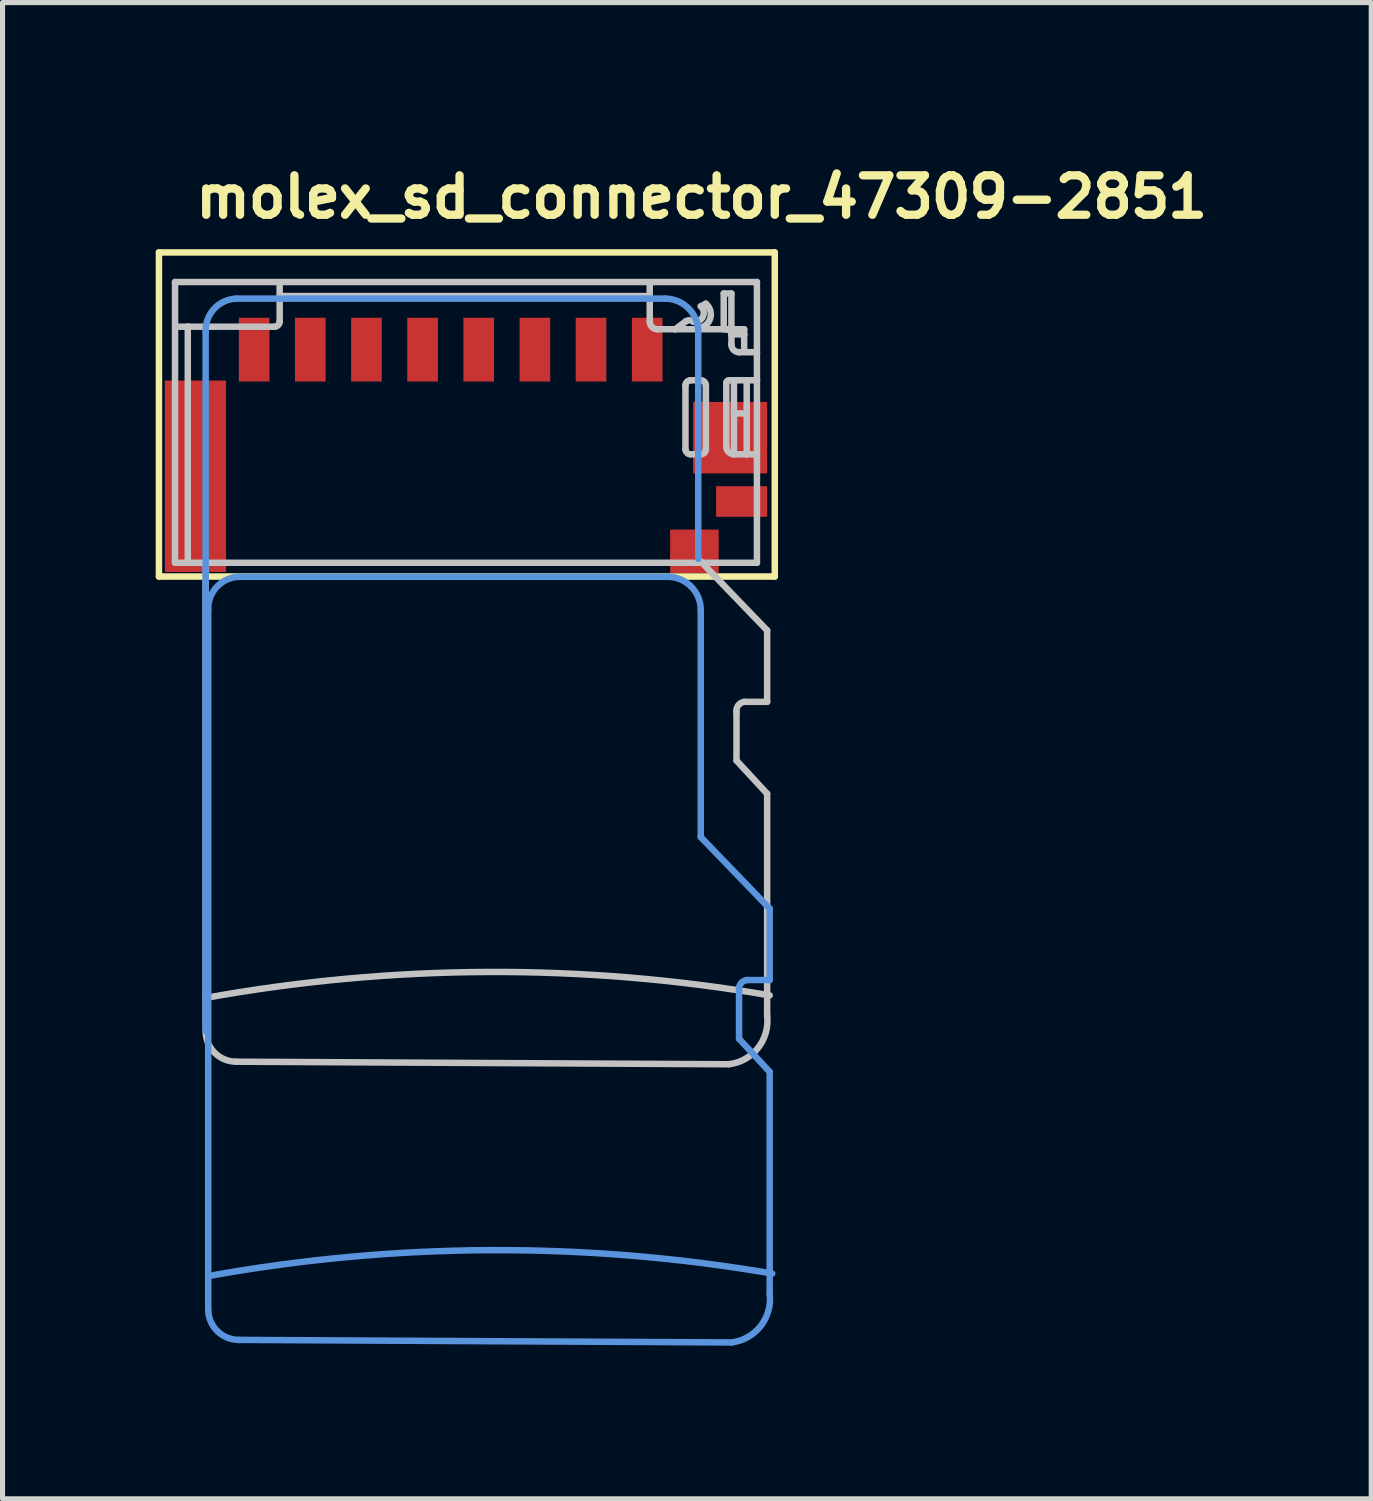
<source format=kicad_pcb>
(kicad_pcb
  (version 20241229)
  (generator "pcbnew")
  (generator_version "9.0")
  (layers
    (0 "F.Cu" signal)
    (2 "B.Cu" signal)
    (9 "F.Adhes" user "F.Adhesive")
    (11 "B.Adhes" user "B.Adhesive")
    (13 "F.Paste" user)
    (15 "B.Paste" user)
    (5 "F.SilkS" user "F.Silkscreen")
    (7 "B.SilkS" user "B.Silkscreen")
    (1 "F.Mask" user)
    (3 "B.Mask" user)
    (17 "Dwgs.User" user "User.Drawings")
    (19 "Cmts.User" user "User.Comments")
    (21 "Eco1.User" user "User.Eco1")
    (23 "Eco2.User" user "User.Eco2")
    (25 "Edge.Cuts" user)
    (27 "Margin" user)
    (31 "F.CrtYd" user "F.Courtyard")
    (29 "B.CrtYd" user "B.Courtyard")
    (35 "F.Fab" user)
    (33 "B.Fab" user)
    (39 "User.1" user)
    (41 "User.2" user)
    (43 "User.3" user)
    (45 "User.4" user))
  (footprint "molex_sd_connector_47309-2851"
    (layer "F.Cu")
    (at 5.779 3.8)
    (property "Reference" "molex_sd_connector_47309-2851" (at -5.08 -2.54 0) (layer "F.SilkS") (effects (font (size 0.772 0.772) (thickness 0.163)) (justify left bottom)))
    (attr through_hole)
    (fp_line (start -5.715 -1.905) (end 6.35 -1.905) (stroke (width 0.127) (type solid)) (layer "F.SilkS"))
    (fp_line (start -5.715 4.445) (end -5.715 -1.905) (stroke (width 0.127) (type solid)) (layer "F.SilkS"))
    (fp_line (start 6.35 -1.905) (end 6.35 4.445) (stroke (width 0.127) (type solid)) (layer "F.SilkS"))
    (fp_line (start 6.35 4.445) (end -5.715 4.445) (stroke (width 0.127) (type solid)) (layer "F.SilkS"))
    (fp_line (start -5.4 -1.325) (end 6 -1.325) (stroke (width 0.127) (type solid)) (layer "Dwgs.User"))
    (fp_line (start -5.4 4.175) (end -5.4 -1.325) (stroke (width 0.127) (type solid)) (layer "Dwgs.User"))
    (fp_line (start -5.15 -0.45) (end -5.35 -0.45) (stroke (width 0.127) (type solid)) (layer "Dwgs.User"))
    (fp_line (start -5.15 -0.45) (end -5.15 4.15) (stroke (width 0.127) (type solid)) (layer "Dwgs.User"))
    (fp_line (start -4.8 13.3) (end -4.8 4.15) (stroke (width 0.127) (type solid)) (layer "Dwgs.User"))
    (fp_line (start -4.2 13.95) (end 5.45 14) (stroke (width 0.127) (type solid)) (layer "Dwgs.User"))
    (fp_line (start -3.45 -0.45) (end -5.15 -0.45) (stroke (width 0.127) (type solid)) (layer "Dwgs.User"))
    (fp_line (start -3.35 -1.3) (end -3.35 -1.05) (stroke (width 0.127) (type solid)) (layer "Dwgs.User"))
    (fp_line (start -3.35 -1.05) (end -3.35 -0.55) (stroke (width 0.127) (type solid)) (layer "Dwgs.User"))
    (fp_line (start 3.9 -1.3) (end 3.9 -1.05) (stroke (width 0.127) (type solid)) (layer "Dwgs.User"))
    (fp_line (start 3.9 -1.05) (end -3.35 -1.05) (stroke (width 0.127) (type solid)) (layer "Dwgs.User"))
    (fp_line (start 3.9 -1.05) (end 3.9 -0.55) (stroke (width 0.127) (type solid)) (layer "Dwgs.User"))
    (fp_line (start 4.05 -0.4) (end 4.4 -0.4) (stroke (width 0.127) (type solid)) (layer "Dwgs.User"))
    (fp_line (start 4.4 -0.4) (end 4.6 -0.55) (stroke (width 0.127) (type solid)) (layer "Dwgs.User"))
    (fp_line (start 4.4 -0.4) (end 4.85 -0.4) (stroke (width 0.127) (type solid)) (layer "Dwgs.User"))
    (fp_line (start 4.6 0.7) (end 4.6 1.95) (stroke (width 0.127) (type solid)) (layer "Dwgs.User"))
    (fp_line (start 4.7 2.05) (end 4.9 2.05) (stroke (width 0.127) (type solid)) (layer "Dwgs.User"))
    (fp_line (start 4.85 -0.4) (end 4.95 -0.45) (stroke (width 0.127) (type solid)) (layer "Dwgs.User"))
    (fp_line (start 4.85 -0.4) (end 5.35 -0.4) (stroke (width 0.127) (type solid)) (layer "Dwgs.User"))
    (fp_line (start 4.9 -0.85) (end 5 -0.9) (stroke (width 0.127) (type solid)) (layer "Dwgs.User"))
    (fp_line (start 4.9 0.6) (end 4.7 0.6) (stroke (width 0.127) (type solid)) (layer "Dwgs.User"))
    (fp_line (start 5 1.95) (end 5 0.7) (stroke (width 0.127) (type solid)) (layer "Dwgs.User"))
    (fp_line (start 5.35 -1.1) (end 5.5 -1.1) (stroke (width 0.127) (type solid)) (layer "Dwgs.User"))
    (fp_line (start 5.35 -0.4) (end 5.35 -1.1) (stroke (width 0.127) (type solid)) (layer "Dwgs.User"))
    (fp_line (start 5.35 -0.4) (end 5.4 -0.4) (stroke (width 0.127) (type solid)) (layer "Dwgs.User"))
    (fp_line (start 5.4 -0.4) (end 5.75 -0.4) (stroke (width 0.127) (type solid)) (layer "Dwgs.User"))
    (fp_line (start 5.4 0.65) (end 5.4 1.9) (stroke (width 0.127) (type solid)) (layer "Dwgs.User"))
    (fp_line (start 5.5 -1.1) (end 5.5 -0.45) (stroke (width 0.127) (type solid)) (layer "Dwgs.User"))
    (fp_line (start 5.5 -0.3) (end 5.5 -0.1) (stroke (width 0.127) (type solid)) (layer "Dwgs.User"))
    (fp_line (start 5.55 0.6) (end 5.45 0.6) (stroke (width 0.127) (type solid)) (layer "Dwgs.User"))
    (fp_line (start 5.55 0.6) (end 5.55 1.25) (stroke (width 0.127) (type solid)) (layer "Dwgs.User"))
    (fp_line (start 5.55 1.25) (end 5.55 2.05) (stroke (width 0.127) (type solid)) (layer "Dwgs.User"))
    (fp_line (start 5.55 2.05) (end 5.8 2.05) (stroke (width 0.127) (type solid)) (layer "Dwgs.User"))
    (fp_line (start 5.6 8.05) (end 5.6 7.1) (stroke (width 0.127) (type solid)) (layer "Dwgs.User"))
    (fp_line (start 5.65 0.05) (end 6 0.05) (stroke (width 0.127) (type solid)) (layer "Dwgs.User"))
    (fp_line (start 5.75 -0.4) (end 5.75 -0.3) (stroke (width 0.127) (type solid)) (layer "Dwgs.User"))
    (fp_line (start 5.75 -0.3) (end 5.5 -0.3) (stroke (width 0.127) (type solid)) (layer "Dwgs.User"))
    (fp_line (start 5.75 -0.3) (end 5.75 0) (stroke (width 0.127) (type solid)) (layer "Dwgs.User"))
    (fp_line (start 5.8 0.6) (end 5.55 0.6) (stroke (width 0.127) (type solid)) (layer "Dwgs.User"))
    (fp_line (start 5.8 0.6) (end 5.8 1.25) (stroke (width 0.127) (type solid)) (layer "Dwgs.User"))
    (fp_line (start 5.8 1.25) (end 5.55 1.25) (stroke (width 0.127) (type solid)) (layer "Dwgs.User"))
    (fp_line (start 5.8 1.25) (end 5.8 2.05) (stroke (width 0.127) (type solid)) (layer "Dwgs.User"))
    (fp_line (start 5.8 2.05) (end 6 2.05) (stroke (width 0.127) (type solid)) (layer "Dwgs.User"))
    (fp_line (start 6 -1.325) (end 6 0.05) (stroke (width 0.127) (type solid)) (layer "Dwgs.User"))
    (fp_line (start 6 0.05) (end 6 0.6) (stroke (width 0.127) (type solid)) (layer "Dwgs.User"))
    (fp_line (start 6 0.6) (end 5.8 0.6) (stroke (width 0.127) (type solid)) (layer "Dwgs.User"))
    (fp_line (start 6 0.6) (end 6 2.05) (stroke (width 0.127) (type solid)) (layer "Dwgs.User"))
    (fp_line (start 6 2.05) (end 6 4.175) (stroke (width 0.127) (type solid)) (layer "Dwgs.User"))
    (fp_line (start 6 4.175) (end -5.4 4.175) (stroke (width 0.127) (type solid)) (layer "Dwgs.User"))
    (fp_line (start 6.2 5.5) (end 4.9 4.15) (stroke (width 0.127) (type solid)) (layer "Dwgs.User"))
    (fp_line (start 6.2 6.9) (end 5.75 6.9) (stroke (width 0.127) (type solid)) (layer "Dwgs.User"))
    (fp_line (start 6.2 6.9) (end 6.2 5.5) (stroke (width 0.127) (type solid)) (layer "Dwgs.User"))
    (fp_line (start 6.2 8.7) (end 5.6 8.05) (stroke (width 0.127) (type solid)) (layer "Dwgs.User"))
    (fp_line (start 6.2 13.05) (end 6.2 8.7) (stroke (width 0.127) (type solid)) (layer "Dwgs.User"))
    (fp_arc (start -4.8 12.7) (mid 0.722813 12.191625) (end 6.25 12.65) (stroke (width 0.127) (type solid)) (layer "Dwgs.User"))
    (fp_arc (start -4.2 13.95) (mid -4.624264 13.774264) (end -4.8 13.35) (stroke (width 0.127) (type solid)) (layer "Dwgs.User"))
    (fp_arc (start -3.35 -0.55) (mid -3.379289 -0.479289) (end -3.45 -0.45) (stroke (width 0.127) (type solid)) (layer "Dwgs.User"))
    (fp_arc (start 4.05 -0.4) (mid 3.943934 -0.443934) (end 3.9 -0.55) (stroke (width 0.127) (type solid)) (layer "Dwgs.User"))
    (fp_arc (start 4.6 -0.55) (mid 4.675001 -0.575) (end 4.750001 -0.549999) (stroke (width 0.127) (type solid)) (layer "Dwgs.User"))
    (fp_arc (start 4.6 0.7) (mid 4.629289 0.629289) (end 4.7 0.6) (stroke (width 0.127) (type solid)) (layer "Dwgs.User"))
    (fp_arc (start 4.7 2.05) (mid 4.629289 2.020711) (end 4.6 1.95) (stroke (width 0.127) (type solid)) (layer "Dwgs.User"))
    (fp_arc (start 4.899999 -0.85) (mid 4.940099 -0.642451) (end 4.75 -0.55) (stroke (width 0.127) (type solid)) (layer "Dwgs.User"))
    (fp_arc (start 4.9 0.6) (mid 4.970711 0.629289) (end 5 0.7) (stroke (width 0.127) (type solid)) (layer "Dwgs.User"))
    (fp_arc (start 4.999998 -0.9) (mid 5.095415 -0.661621) (end 4.95 -0.45) (stroke (width 0.127) (type solid)) (layer "Dwgs.User"))
    (fp_arc (start 5 1.95) (mid 4.970711 2.020711) (end 4.9 2.05) (stroke (width 0.127) (type solid)) (layer "Dwgs.User"))
    (fp_arc (start 5.4 -0.4) (mid 5.470711 -0.370711) (end 5.5 -0.3) (stroke (width 0.127) (type solid)) (layer "Dwgs.User"))
    (fp_arc (start 5.4 0.65) (mid 5.414645 0.614645) (end 5.45 0.6) (stroke (width 0.127) (type solid)) (layer "Dwgs.User"))
    (fp_arc (start 5.55 2.05) (mid 5.443934 2.006066) (end 5.4 1.9) (stroke (width 0.127) (type solid)) (layer "Dwgs.User"))
    (fp_arc (start 5.6 7.1) (mid 5.633579 6.968934) (end 5.75 6.9) (stroke (width 0.127) (type solid)) (layer "Dwgs.User"))
    (fp_arc (start 5.65 0.05) (mid 5.543934 0.006066) (end 5.5 -0.1) (stroke (width 0.127) (type solid)) (layer "Dwgs.User"))
    (fp_arc (start 6.2 13.05) (mid 6.021751 13.68033) (end 5.45 14) (stroke (width 0.127) (type solid)) (layer "Dwgs.User"))
    (fp_line (start -4.8 -0.35) (end -4.8 13.35) (stroke (width 0.127) (type solid)) (layer "Cmts.User"))
    (fp_line (start -4.75 5.1) (end -4.75 18.15) (stroke (width 0.127) (type solid)) (layer "Cmts.User"))
    (fp_line (start -4.75 18.15) (end -4.75 18.8) (stroke (width 0.127) (type solid)) (layer "Cmts.User"))
    (fp_line (start -4.15 19.4) (end 5.5 19.45) (stroke (width 0.127) (type solid)) (layer "Cmts.User"))
    (fp_line (start 4.2 -1) (end -4.2 -1) (stroke (width 0.127) (type solid)) (layer "Cmts.User"))
    (fp_line (start 4.25 4.45) (end -4.15 4.45) (stroke (width 0.127) (type solid)) (layer "Cmts.User"))
    (fp_line (start 4.85 4.1) (end 4.85 -0.35) (stroke (width 0.127) (type solid)) (layer "Cmts.User"))
    (fp_line (start 4.9 9.55) (end 4.9 5.1) (stroke (width 0.127) (type solid)) (layer "Cmts.User"))
    (fp_line (start 5.65 13.5) (end 5.65 12.55) (stroke (width 0.127) (type solid)) (layer "Cmts.User"))
    (fp_line (start 6.25 10.95) (end 4.9 9.55) (stroke (width 0.127) (type solid)) (layer "Cmts.User"))
    (fp_line (start 6.25 12.35) (end 5.8 12.35) (stroke (width 0.127) (type solid)) (layer "Cmts.User"))
    (fp_line (start 6.25 12.35) (end 6.25 10.95) (stroke (width 0.127) (type solid)) (layer "Cmts.User"))
    (fp_line (start 6.25 14.15) (end 5.65 13.5) (stroke (width 0.127) (type solid)) (layer "Cmts.User"))
    (fp_line (start 6.25 18.5) (end 6.25 14.15) (stroke (width 0.127) (type solid)) (layer "Cmts.User"))
    (fp_arc (start -4.800001 -0.349999) (mid -4.63462 -0.799264) (end -4.2 -1) (stroke (width 0.127) (type solid)) (layer "Cmts.User"))
    (fp_arc (start -4.75 5.1) (mid -4.584619 4.650736) (end -4.15 4.45) (stroke (width 0.127) (type solid)) (layer "Cmts.User"))
    (fp_arc (start -4.75 18.15) (mid 0.772813 17.641625) (end 6.3 18.1) (stroke (width 0.127) (type solid)) (layer "Cmts.User"))
    (fp_arc (start -4.15 19.4) (mid -4.574264 19.224264) (end -4.75 18.8) (stroke (width 0.127) (type solid)) (layer "Cmts.User"))
    (fp_arc (start 4.199999 -0.999999) (mid 4.659619 -0.809619) (end 4.85 -0.35) (stroke (width 0.127) (type solid)) (layer "Cmts.User"))
    (fp_arc (start 4.25 4.45) (mid 4.709619 4.640381) (end 4.9 5.1) (stroke (width 0.127) (type solid)) (layer "Cmts.User"))
    (fp_arc (start 5.65 12.55) (mid 5.683579 12.418934) (end 5.8 12.35) (stroke (width 0.127) (type solid)) (layer "Cmts.User"))
    (fp_arc (start 6.25 18.5) (mid 6.071751 19.13033) (end 5.5 19.45) (stroke (width 0.127) (type solid)) (layer "Cmts.User"))
    (pad "1" smd rect (at 3.85 0 90) (size 1.25 0.6) (layers "F.Cu" "F.Mask" "F.Paste"))
    (pad "2" smd rect (at 2.75 0 90) (size 1.25 0.6) (layers "F.Cu" "F.Mask" "F.Paste"))
    (pad "3" smd rect (at 1.65 0 90) (size 1.25 0.6) (layers "F.Cu" "F.Mask" "F.Paste"))
    (pad "4" smd rect (at 0.55 0 90) (size 1.25 0.6) (layers "F.Cu" "F.Mask" "F.Paste"))
    (pad "5" smd rect (at -0.55 0 90) (size 1.25 0.6) (layers "F.Cu" "F.Mask" "F.Paste"))
    (pad "6" smd rect (at -1.65 0 90) (size 1.25 0.6) (layers "F.Cu" "F.Mask" "F.Paste"))
    (pad "7" smd rect (at -2.75 0 90) (size 1.25 0.6) (layers "F.Cu" "F.Mask" "F.Paste"))
    (pad "8" smd rect (at -3.85 0 90) (size 1.25 0.6) (layers "F.Cu" "F.Mask" "F.Paste"))
    (pad "G1" smd rect (at -5 2.48 90) (size 3.75 1.2) (layers "F.Cu" "F.Mask" "F.Paste"))
    (pad "G2" smd rect (at 5.475 1.725 180) (size 1.45 1.4) (layers "F.Cu" "F.Mask" "F.Paste"))
    (pad "G3" smd rect (at 5.7 2.975 180) (size 1 0.6) (layers "F.Cu" "F.Mask" "F.Paste"))
    (pad "G4" smd rect (at 4.775 3.95) (size 0.95 0.85) (layers "F.Cu" "F.Mask" "F.Paste")))
  (gr_rect
    (start -3 -3)
    (end 23.814 26.313)
    (stroke (width 0.1) (type default))
    (fill no)
    (layer "Edge.Cuts")))
</source>
